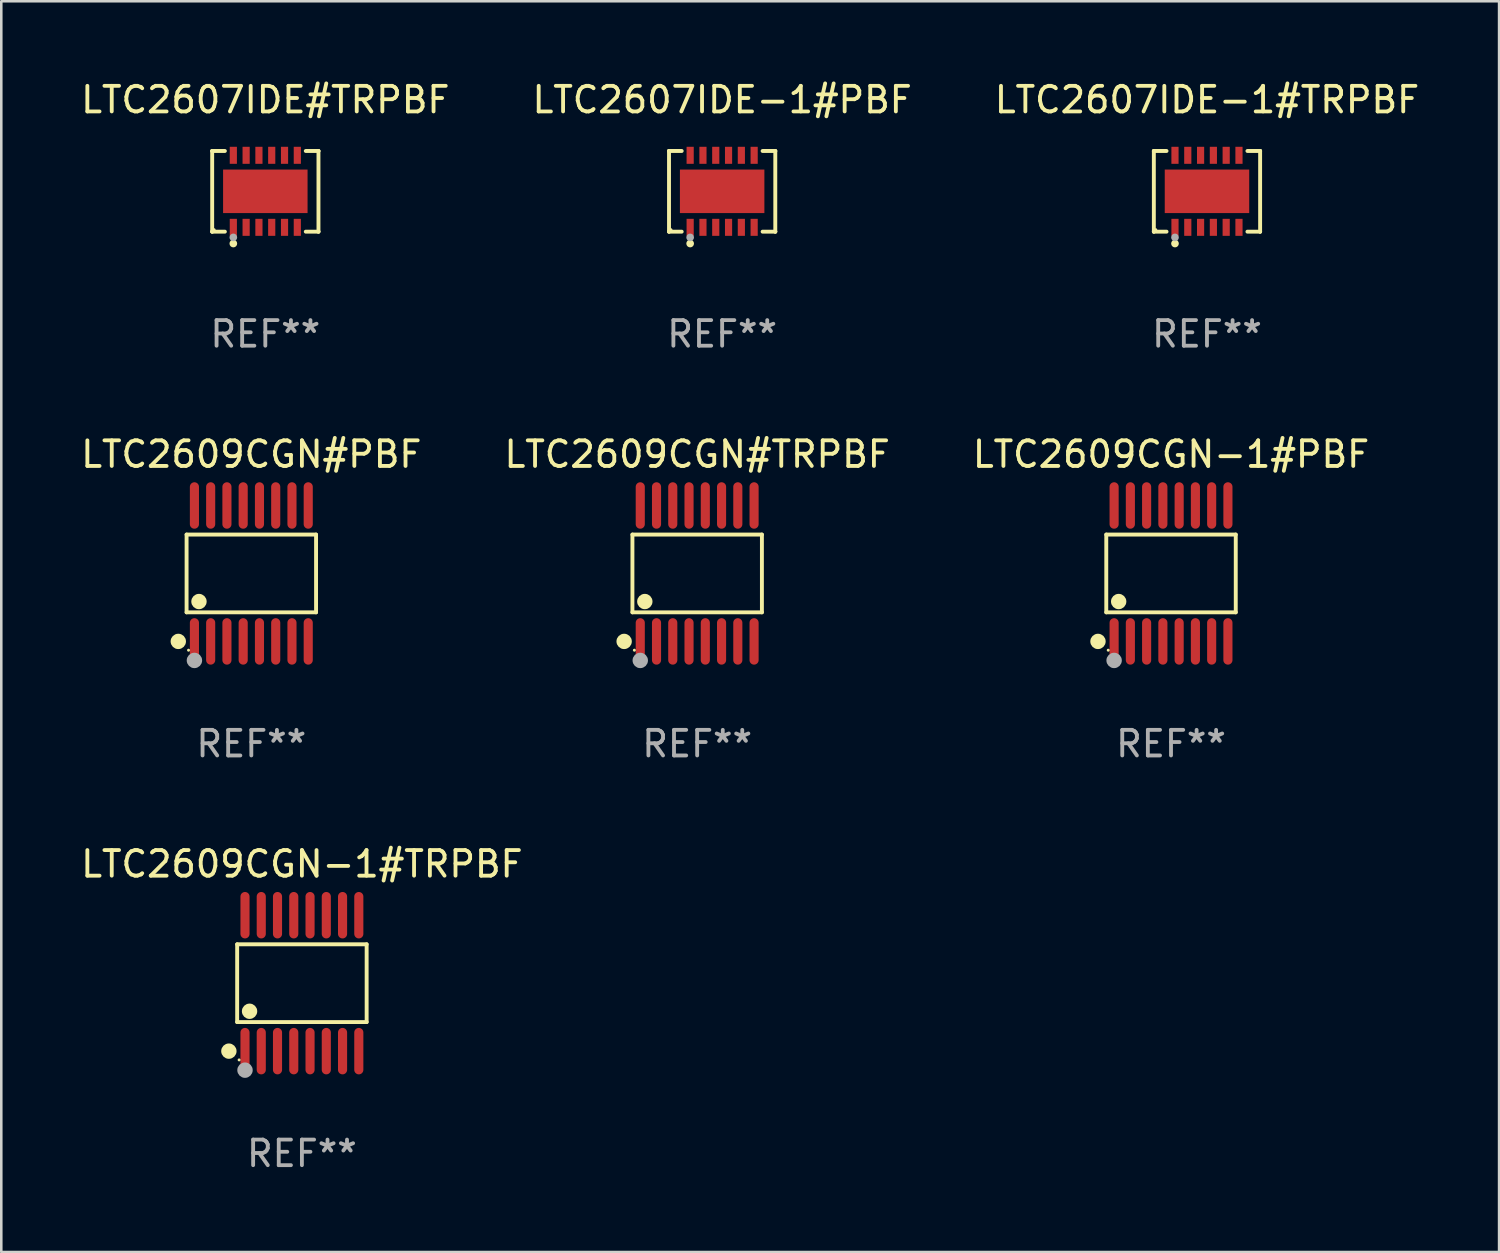
<source format=kicad_pcb>
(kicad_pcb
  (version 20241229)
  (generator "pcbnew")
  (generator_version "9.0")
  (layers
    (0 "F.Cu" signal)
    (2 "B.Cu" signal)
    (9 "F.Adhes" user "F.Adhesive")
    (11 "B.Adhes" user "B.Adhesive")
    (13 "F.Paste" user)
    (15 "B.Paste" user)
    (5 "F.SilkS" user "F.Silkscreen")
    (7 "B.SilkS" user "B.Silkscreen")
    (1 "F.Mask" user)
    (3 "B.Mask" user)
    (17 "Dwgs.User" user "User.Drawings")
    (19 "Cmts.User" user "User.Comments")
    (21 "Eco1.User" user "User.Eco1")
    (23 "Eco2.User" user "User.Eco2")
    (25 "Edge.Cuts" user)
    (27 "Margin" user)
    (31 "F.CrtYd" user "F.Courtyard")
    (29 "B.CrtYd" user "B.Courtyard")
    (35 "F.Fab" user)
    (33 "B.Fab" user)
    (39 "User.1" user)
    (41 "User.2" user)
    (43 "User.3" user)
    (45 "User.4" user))
  (footprint "LTC2609CGN-1#TRPBF"
    (layer "F.Cu")
    (at 8.744 35.358)
    (property "Reference" "LTC2609CGN-1#TRPBF" (at 0 -4.655 0) (layer "F.SilkS") (effects (font (size 1 1) (thickness 0.15))))
    (attr through_hole)
    (fp_line (start -2.529 -1.519) (end 2.529 -1.519) (stroke (width 0.152) (type solid)) (layer "F.SilkS"))
    (fp_line (start -2.529 1.519) (end -2.529 -1.519) (stroke (width 0.152) (type solid)) (layer "F.SilkS"))
    (fp_line (start 2.529 -1.519) (end 2.529 1.519) (stroke (width 0.152) (type solid)) (layer "F.SilkS"))
    (fp_line (start 2.529 1.519) (end -2.529 1.519) (stroke (width 0.152) (type solid)) (layer "F.SilkS"))
    (fp_circle (center -2.853 2.655) (end -2.703 2.655) (stroke (width 0.3) (type solid)) (fill no) (layer "F.SilkS"))
    (fp_circle (center -2.453 2.998) (end -2.423 2.998) (stroke (width 0.06) (type solid)) (fill no) (layer "F.SilkS"))
    (fp_circle (center -2.045 1.097) (end -1.895 1.097) (stroke (width 0.3) (type solid)) (fill no) (layer "F.SilkS"))
    (fp_circle (center -2.223 3.398) (end -2.072 3.398) (stroke (width 0.3) (type solid)) (fill no) (layer "F.Fab"))
    (fp_text user "REF**" (at 0 6.655 0) (layer "F.Fab") (effects (font (size 1 1) (thickness 0.15))))
    (pad "1" smd oval (at -2.223 2.655) (size 0.356 1.815) (layers "F.Cu" "F.Mask" "F.Paste"))
    (pad "2" smd oval (at -1.588 2.655) (size 0.356 1.815) (layers "F.Cu" "F.Mask" "F.Paste"))
    (pad "3" smd oval (at -0.953 2.655) (size 0.356 1.815) (layers "F.Cu" "F.Mask" "F.Paste"))
    (pad "4" smd oval (at -0.318 2.655) (size 0.356 1.815) (layers "F.Cu" "F.Mask" "F.Paste"))
    (pad "5" smd oval (at 0.318 2.655) (size 0.356 1.815) (layers "F.Cu" "F.Mask" "F.Paste"))
    (pad "6" smd oval (at 0.953 2.655) (size 0.356 1.815) (layers "F.Cu" "F.Mask" "F.Paste"))
    (pad "7" smd oval (at 1.588 2.655) (size 0.356 1.815) (layers "F.Cu" "F.Mask" "F.Paste"))
    (pad "8" smd oval (at 2.223 2.655) (size 0.356 1.815) (layers "F.Cu" "F.Mask" "F.Paste"))
    (pad "9" smd oval (at 2.223 -2.655) (size 0.356 1.815) (layers "F.Cu" "F.Mask" "F.Paste"))
    (pad "10" smd oval (at 1.588 -2.655) (size 0.356 1.815) (layers "F.Cu" "F.Mask" "F.Paste"))
    (pad "11" smd oval (at 0.953 -2.655) (size 0.356 1.815) (layers "F.Cu" "F.Mask" "F.Paste"))
    (pad "12" smd oval (at 0.318 -2.655) (size 0.356 1.815) (layers "F.Cu" "F.Mask" "F.Paste"))
    (pad "13" smd oval (at -0.318 -2.655) (size 0.356 1.815) (layers "F.Cu" "F.Mask" "F.Paste"))
    (pad "14" smd oval (at -0.953 -2.655) (size 0.356 1.815) (layers "F.Cu" "F.Mask" "F.Paste"))
    (pad "15" smd oval (at -1.588 -2.655) (size 0.356 1.815) (layers "F.Cu" "F.Mask" "F.Paste"))
    (pad "16" smd oval (at -2.223 -2.655) (size 0.356 1.815) (layers "F.Cu" "F.Mask" "F.Paste")))
  (footprint "LTC2609CGN-1#PBF"
    (layer "F.Cu")
    (at 42.696 19.352)
    (property "Reference" "LTC2609CGN-1#PBF" (at 0 -4.655 0) (layer "F.SilkS") (effects (font (size 1 1) (thickness 0.15))))
    (attr through_hole)
    (fp_line (start -2.529 -1.519) (end 2.529 -1.519) (stroke (width 0.152) (type solid)) (layer "F.SilkS"))
    (fp_line (start -2.529 1.519) (end -2.529 -1.519) (stroke (width 0.152) (type solid)) (layer "F.SilkS"))
    (fp_line (start 2.529 -1.519) (end 2.529 1.519) (stroke (width 0.152) (type solid)) (layer "F.SilkS"))
    (fp_line (start 2.529 1.519) (end -2.529 1.519) (stroke (width 0.152) (type solid)) (layer "F.SilkS"))
    (fp_circle (center -2.853 2.655) (end -2.703 2.655) (stroke (width 0.3) (type solid)) (fill no) (layer "F.SilkS"))
    (fp_circle (center -2.453 2.998) (end -2.423 2.998) (stroke (width 0.06) (type solid)) (fill no) (layer "F.SilkS"))
    (fp_circle (center -2.045 1.097) (end -1.895 1.097) (stroke (width 0.3) (type solid)) (fill no) (layer "F.SilkS"))
    (fp_circle (center -2.223 3.398) (end -2.072 3.398) (stroke (width 0.3) (type solid)) (fill no) (layer "F.Fab"))
    (fp_text user "REF**" (at 0 6.655 0) (layer "F.Fab") (effects (font (size 1 1) (thickness 0.15))))
    (pad "1" smd oval (at -2.223 2.655) (size 0.356 1.815) (layers "F.Cu" "F.Mask" "F.Paste"))
    (pad "2" smd oval (at -1.588 2.655) (size 0.356 1.815) (layers "F.Cu" "F.Mask" "F.Paste"))
    (pad "3" smd oval (at -0.953 2.655) (size 0.356 1.815) (layers "F.Cu" "F.Mask" "F.Paste"))
    (pad "4" smd oval (at -0.318 2.655) (size 0.356 1.815) (layers "F.Cu" "F.Mask" "F.Paste"))
    (pad "5" smd oval (at 0.318 2.655) (size 0.356 1.815) (layers "F.Cu" "F.Mask" "F.Paste"))
    (pad "6" smd oval (at 0.953 2.655) (size 0.356 1.815) (layers "F.Cu" "F.Mask" "F.Paste"))
    (pad "7" smd oval (at 1.588 2.655) (size 0.356 1.815) (layers "F.Cu" "F.Mask" "F.Paste"))
    (pad "8" smd oval (at 2.223 2.655) (size 0.356 1.815) (layers "F.Cu" "F.Mask" "F.Paste"))
    (pad "9" smd oval (at 2.223 -2.655) (size 0.356 1.815) (layers "F.Cu" "F.Mask" "F.Paste"))
    (pad "10" smd oval (at 1.588 -2.655) (size 0.356 1.815) (layers "F.Cu" "F.Mask" "F.Paste"))
    (pad "11" smd oval (at 0.953 -2.655) (size 0.356 1.815) (layers "F.Cu" "F.Mask" "F.Paste"))
    (pad "12" smd oval (at 0.318 -2.655) (size 0.356 1.815) (layers "F.Cu" "F.Mask" "F.Paste"))
    (pad "13" smd oval (at -0.318 -2.655) (size 0.356 1.815) (layers "F.Cu" "F.Mask" "F.Paste"))
    (pad "14" smd oval (at -0.953 -2.655) (size 0.356 1.815) (layers "F.Cu" "F.Mask" "F.Paste"))
    (pad "15" smd oval (at -1.588 -2.655) (size 0.356 1.815) (layers "F.Cu" "F.Mask" "F.Paste"))
    (pad "16" smd oval (at -2.223 -2.655) (size 0.356 1.815) (layers "F.Cu" "F.Mask" "F.Paste")))
  (footprint "LTC2607IDE-1#TRPBF"
    (layer "F.Cu")
    (at 44.101 4.424)
    (property "Reference" "LTC2607IDE-1#TRPBF" (at 0 -3.576 0) (layer "F.SilkS") (effects (font (size 1 1) (thickness 0.15))))
    (attr through_hole)
    (fp_line (start -2.076 -1.576) (end -2.076 -1.576) (stroke (width 0.152) (type solid)) (layer "F.SilkS"))
    (fp_line (start -2.076 -1.576) (end -1.58 -1.576) (stroke (width 0.152) (type solid)) (layer "F.SilkS"))
    (fp_line (start -2.076 1.576) (end -2.076 -1.576) (stroke (width 0.152) (type solid)) (layer "F.SilkS"))
    (fp_line (start -2.076 1.576) (end -2.076 1.576) (stroke (width 0.152) (type solid)) (layer "F.SilkS"))
    (fp_line (start -1.58 1.576) (end -2.076 1.576) (stroke (width 0.152) (type solid)) (layer "F.SilkS"))
    (fp_line (start 1.58 1.576) (end 2.076 1.576) (stroke (width 0.152) (type solid)) (layer "F.SilkS"))
    (fp_line (start 2.076 -1.576) (end 1.58 -1.576) (stroke (width 0.152) (type solid)) (layer "F.SilkS"))
    (fp_line (start 2.076 -1.576) (end 2.076 -1.576) (stroke (width 0.152) (type solid)) (layer "F.SilkS"))
    (fp_line (start 2.076 1.576) (end 2.076 -1.576) (stroke (width 0.152) (type solid)) (layer "F.SilkS"))
    (fp_line (start 2.076 1.576) (end 2.076 1.576) (stroke (width 0.152) (type solid)) (layer "F.SilkS"))
    (fp_circle (center -2 1.5) (end -1.97 1.5) (stroke (width 0.06) (type solid)) (fill no) (layer "F.SilkS"))
    (fp_circle (center -1.25 2.04) (end -1.175 2.04) (stroke (width 0.15) (type solid)) (fill no) (layer "F.SilkS"))
    (fp_circle (center -1.25 1.8) (end -1.175 1.8) (stroke (width 0.15) (type solid)) (fill no) (layer "F.Fab"))
    (fp_text user "REF**" (at 0 5.576 0) (layer "F.Fab") (effects (font (size 1 1) (thickness 0.15))))
    (pad "1" smd rect (at -1.25 1.407) (size 0.28 0.665) (layers "F.Cu" "F.Mask" "F.Paste"))
    (pad "2" smd rect (at -0.75 1.407) (size 0.28 0.665) (layers "F.Cu" "F.Mask" "F.Paste"))
    (pad "3" smd rect (at -0.25 1.407) (size 0.28 0.665) (layers "F.Cu" "F.Mask" "F.Paste"))
    (pad "4" smd rect (at 0.25 1.407) (size 0.28 0.665) (layers "F.Cu" "F.Mask" "F.Paste"))
    (pad "5" smd rect (at 0.75 1.407) (size 0.28 0.665) (layers "F.Cu" "F.Mask" "F.Paste"))
    (pad "6" smd rect (at 1.25 1.407) (size 0.28 0.665) (layers "F.Cu" "F.Mask" "F.Paste"))
    (pad "7" smd rect (at 1.25 -1.407) (size 0.28 0.665) (layers "F.Cu" "F.Mask" "F.Paste"))
    (pad "8" smd rect (at 0.75 -1.407) (size 0.28 0.665) (layers "F.Cu" "F.Mask" "F.Paste"))
    (pad "9" smd rect (at 0.25 -1.407) (size 0.28 0.665) (layers "F.Cu" "F.Mask" "F.Paste"))
    (pad "10" smd rect (at -0.25 -1.407) (size 0.28 0.665) (layers "F.Cu" "F.Mask" "F.Paste"))
    (pad "11" smd rect (at -0.75 -1.407) (size 0.28 0.665) (layers "F.Cu" "F.Mask" "F.Paste"))
    (pad "12" smd rect (at -1.25 -1.407) (size 0.28 0.665) (layers "F.Cu" "F.Mask" "F.Paste"))
    (pad "13" smd rect (at 0 0) (size 3.3 1.7) (layers "F.Cu" "F.Mask" "F.Paste")))
  (footprint "LTC2609CGN#TRPBF"
    (layer "F.Cu")
    (at 24.185 19.352)
    (property "Reference" "LTC2609CGN#TRPBF" (at 0 -4.655 0) (layer "F.SilkS") (effects (font (size 1 1) (thickness 0.15))))
    (attr through_hole)
    (fp_line (start -2.529 -1.519) (end 2.529 -1.519) (stroke (width 0.152) (type solid)) (layer "F.SilkS"))
    (fp_line (start -2.529 1.519) (end -2.529 -1.519) (stroke (width 0.152) (type solid)) (layer "F.SilkS"))
    (fp_line (start 2.529 -1.519) (end 2.529 1.519) (stroke (width 0.152) (type solid)) (layer "F.SilkS"))
    (fp_line (start 2.529 1.519) (end -2.529 1.519) (stroke (width 0.152) (type solid)) (layer "F.SilkS"))
    (fp_circle (center -2.853 2.655) (end -2.703 2.655) (stroke (width 0.3) (type solid)) (fill no) (layer "F.SilkS"))
    (fp_circle (center -2.453 2.998) (end -2.423 2.998) (stroke (width 0.06) (type solid)) (fill no) (layer "F.SilkS"))
    (fp_circle (center -2.045 1.097) (end -1.895 1.097) (stroke (width 0.3) (type solid)) (fill no) (layer "F.SilkS"))
    (fp_circle (center -2.223 3.398) (end -2.072 3.398) (stroke (width 0.3) (type solid)) (fill no) (layer "F.Fab"))
    (fp_text user "REF**" (at 0 6.655 0) (layer "F.Fab") (effects (font (size 1 1) (thickness 0.15))))
    (pad "1" smd oval (at -2.223 2.655) (size 0.356 1.815) (layers "F.Cu" "F.Mask" "F.Paste"))
    (pad "2" smd oval (at -1.588 2.655) (size 0.356 1.815) (layers "F.Cu" "F.Mask" "F.Paste"))
    (pad "3" smd oval (at -0.953 2.655) (size 0.356 1.815) (layers "F.Cu" "F.Mask" "F.Paste"))
    (pad "4" smd oval (at -0.318 2.655) (size 0.356 1.815) (layers "F.Cu" "F.Mask" "F.Paste"))
    (pad "5" smd oval (at 0.318 2.655) (size 0.356 1.815) (layers "F.Cu" "F.Mask" "F.Paste"))
    (pad "6" smd oval (at 0.953 2.655) (size 0.356 1.815) (layers "F.Cu" "F.Mask" "F.Paste"))
    (pad "7" smd oval (at 1.588 2.655) (size 0.356 1.815) (layers "F.Cu" "F.Mask" "F.Paste"))
    (pad "8" smd oval (at 2.223 2.655) (size 0.356 1.815) (layers "F.Cu" "F.Mask" "F.Paste"))
    (pad "9" smd oval (at 2.223 -2.655) (size 0.356 1.815) (layers "F.Cu" "F.Mask" "F.Paste"))
    (pad "10" smd oval (at 1.588 -2.655) (size 0.356 1.815) (layers "F.Cu" "F.Mask" "F.Paste"))
    (pad "11" smd oval (at 0.953 -2.655) (size 0.356 1.815) (layers "F.Cu" "F.Mask" "F.Paste"))
    (pad "12" smd oval (at 0.318 -2.655) (size 0.356 1.815) (layers "F.Cu" "F.Mask" "F.Paste"))
    (pad "13" smd oval (at -0.318 -2.655) (size 0.356 1.815) (layers "F.Cu" "F.Mask" "F.Paste"))
    (pad "14" smd oval (at -0.953 -2.655) (size 0.356 1.815) (layers "F.Cu" "F.Mask" "F.Paste"))
    (pad "15" smd oval (at -1.588 -2.655) (size 0.356 1.815) (layers "F.Cu" "F.Mask" "F.Paste"))
    (pad "16" smd oval (at -2.223 -2.655) (size 0.356 1.815) (layers "F.Cu" "F.Mask" "F.Paste")))
  (footprint "LTC2607IDE-1#PBF"
    (layer "F.Cu")
    (at 25.161 4.424)
    (property "Reference" "LTC2607IDE-1#PBF" (at 0 -3.576 0) (layer "F.SilkS") (effects (font (size 1 1) (thickness 0.15))))
    (attr through_hole)
    (fp_line (start -2.076 -1.576) (end -2.076 -1.576) (stroke (width 0.152) (type solid)) (layer "F.SilkS"))
    (fp_line (start -2.076 -1.576) (end -1.58 -1.576) (stroke (width 0.152) (type solid)) (layer "F.SilkS"))
    (fp_line (start -2.076 1.576) (end -2.076 -1.576) (stroke (width 0.152) (type solid)) (layer "F.SilkS"))
    (fp_line (start -2.076 1.576) (end -2.076 1.576) (stroke (width 0.152) (type solid)) (layer "F.SilkS"))
    (fp_line (start -1.58 1.576) (end -2.076 1.576) (stroke (width 0.152) (type solid)) (layer "F.SilkS"))
    (fp_line (start 1.58 1.576) (end 2.076 1.576) (stroke (width 0.152) (type solid)) (layer "F.SilkS"))
    (fp_line (start 2.076 -1.576) (end 1.58 -1.576) (stroke (width 0.152) (type solid)) (layer "F.SilkS"))
    (fp_line (start 2.076 -1.576) (end 2.076 -1.576) (stroke (width 0.152) (type solid)) (layer "F.SilkS"))
    (fp_line (start 2.076 1.576) (end 2.076 -1.576) (stroke (width 0.152) (type solid)) (layer "F.SilkS"))
    (fp_line (start 2.076 1.576) (end 2.076 1.576) (stroke (width 0.152) (type solid)) (layer "F.SilkS"))
    (fp_circle (center -2 1.5) (end -1.97 1.5) (stroke (width 0.06) (type solid)) (fill no) (layer "F.SilkS"))
    (fp_circle (center -1.25 2.04) (end -1.175 2.04) (stroke (width 0.15) (type solid)) (fill no) (layer "F.SilkS"))
    (fp_circle (center -1.25 1.8) (end -1.175 1.8) (stroke (width 0.15) (type solid)) (fill no) (layer "F.Fab"))
    (fp_text user "REF**" (at 0 5.576 0) (layer "F.Fab") (effects (font (size 1 1) (thickness 0.15))))
    (pad "1" smd rect (at -1.25 1.407) (size 0.28 0.665) (layers "F.Cu" "F.Mask" "F.Paste"))
    (pad "2" smd rect (at -0.75 1.407) (size 0.28 0.665) (layers "F.Cu" "F.Mask" "F.Paste"))
    (pad "3" smd rect (at -0.25 1.407) (size 0.28 0.665) (layers "F.Cu" "F.Mask" "F.Paste"))
    (pad "4" smd rect (at 0.25 1.407) (size 0.28 0.665) (layers "F.Cu" "F.Mask" "F.Paste"))
    (pad "5" smd rect (at 0.75 1.407) (size 0.28 0.665) (layers "F.Cu" "F.Mask" "F.Paste"))
    (pad "6" smd rect (at 1.25 1.407) (size 0.28 0.665) (layers "F.Cu" "F.Mask" "F.Paste"))
    (pad "7" smd rect (at 1.25 -1.407) (size 0.28 0.665) (layers "F.Cu" "F.Mask" "F.Paste"))
    (pad "8" smd rect (at 0.75 -1.407) (size 0.28 0.665) (layers "F.Cu" "F.Mask" "F.Paste"))
    (pad "9" smd rect (at 0.25 -1.407) (size 0.28 0.665) (layers "F.Cu" "F.Mask" "F.Paste"))
    (pad "10" smd rect (at -0.25 -1.407) (size 0.28 0.665) (layers "F.Cu" "F.Mask" "F.Paste"))
    (pad "11" smd rect (at -0.75 -1.407) (size 0.28 0.665) (layers "F.Cu" "F.Mask" "F.Paste"))
    (pad "12" smd rect (at -1.25 -1.407) (size 0.28 0.665) (layers "F.Cu" "F.Mask" "F.Paste"))
    (pad "13" smd rect (at 0 0) (size 3.3 1.7) (layers "F.Cu" "F.Mask" "F.Paste")))
  (footprint "LTC2607IDE#TRPBF"
    (layer "F.Cu")
    (at 7.315 4.424)
    (property "Reference" "LTC2607IDE#TRPBF" (at 0 -3.576 0) (layer "F.SilkS") (effects (font (size 1 1) (thickness 0.15))))
    (attr through_hole)
    (fp_line (start -2.076 -1.576) (end -2.076 -1.576) (stroke (width 0.152) (type solid)) (layer "F.SilkS"))
    (fp_line (start -2.076 -1.576) (end -1.58 -1.576) (stroke (width 0.152) (type solid)) (layer "F.SilkS"))
    (fp_line (start -2.076 1.576) (end -2.076 -1.576) (stroke (width 0.152) (type solid)) (layer "F.SilkS"))
    (fp_line (start -2.076 1.576) (end -2.076 1.576) (stroke (width 0.152) (type solid)) (layer "F.SilkS"))
    (fp_line (start -1.58 1.576) (end -2.076 1.576) (stroke (width 0.152) (type solid)) (layer "F.SilkS"))
    (fp_line (start 1.58 1.576) (end 2.076 1.576) (stroke (width 0.152) (type solid)) (layer "F.SilkS"))
    (fp_line (start 2.076 -1.576) (end 1.58 -1.576) (stroke (width 0.152) (type solid)) (layer "F.SilkS"))
    (fp_line (start 2.076 -1.576) (end 2.076 -1.576) (stroke (width 0.152) (type solid)) (layer "F.SilkS"))
    (fp_line (start 2.076 1.576) (end 2.076 -1.576) (stroke (width 0.152) (type solid)) (layer "F.SilkS"))
    (fp_line (start 2.076 1.576) (end 2.076 1.576) (stroke (width 0.152) (type solid)) (layer "F.SilkS"))
    (fp_circle (center -2 1.5) (end -1.97 1.5) (stroke (width 0.06) (type solid)) (fill no) (layer "F.SilkS"))
    (fp_circle (center -1.25 2.04) (end -1.175 2.04) (stroke (width 0.15) (type solid)) (fill no) (layer "F.SilkS"))
    (fp_circle (center -1.25 1.8) (end -1.175 1.8) (stroke (width 0.15) (type solid)) (fill no) (layer "F.Fab"))
    (fp_text user "REF**" (at 0 5.576 0) (layer "F.Fab") (effects (font (size 1 1) (thickness 0.15))))
    (pad "1" smd rect (at -1.25 1.407) (size 0.28 0.665) (layers "F.Cu" "F.Mask" "F.Paste"))
    (pad "2" smd rect (at -0.75 1.407) (size 0.28 0.665) (layers "F.Cu" "F.Mask" "F.Paste"))
    (pad "3" smd rect (at -0.25 1.407) (size 0.28 0.665) (layers "F.Cu" "F.Mask" "F.Paste"))
    (pad "4" smd rect (at 0.25 1.407) (size 0.28 0.665) (layers "F.Cu" "F.Mask" "F.Paste"))
    (pad "5" smd rect (at 0.75 1.407) (size 0.28 0.665) (layers "F.Cu" "F.Mask" "F.Paste"))
    (pad "6" smd rect (at 1.25 1.407) (size 0.28 0.665) (layers "F.Cu" "F.Mask" "F.Paste"))
    (pad "7" smd rect (at 1.25 -1.407) (size 0.28 0.665) (layers "F.Cu" "F.Mask" "F.Paste"))
    (pad "8" smd rect (at 0.75 -1.407) (size 0.28 0.665) (layers "F.Cu" "F.Mask" "F.Paste"))
    (pad "9" smd rect (at 0.25 -1.407) (size 0.28 0.665) (layers "F.Cu" "F.Mask" "F.Paste"))
    (pad "10" smd rect (at -0.25 -1.407) (size 0.28 0.665) (layers "F.Cu" "F.Mask" "F.Paste"))
    (pad "11" smd rect (at -0.75 -1.407) (size 0.28 0.665) (layers "F.Cu" "F.Mask" "F.Paste"))
    (pad "12" smd rect (at -1.25 -1.407) (size 0.28 0.665) (layers "F.Cu" "F.Mask" "F.Paste"))
    (pad "13" smd rect (at 0 0) (size 3.3 1.7) (layers "F.Cu" "F.Mask" "F.Paste")))
  (footprint "LTC2609CGN#PBF"
    (layer "F.Cu")
    (at 6.768 19.352)
    (property "Reference" "LTC2609CGN#PBF" (at 0 -4.655 0) (layer "F.SilkS") (effects (font (size 1 1) (thickness 0.15))))
    (attr through_hole)
    (fp_line (start -2.529 -1.519) (end 2.529 -1.519) (stroke (width 0.152) (type solid)) (layer "F.SilkS"))
    (fp_line (start -2.529 1.519) (end -2.529 -1.519) (stroke (width 0.152) (type solid)) (layer "F.SilkS"))
    (fp_line (start 2.529 -1.519) (end 2.529 1.519) (stroke (width 0.152) (type solid)) (layer "F.SilkS"))
    (fp_line (start 2.529 1.519) (end -2.529 1.519) (stroke (width 0.152) (type solid)) (layer "F.SilkS"))
    (fp_circle (center -2.853 2.655) (end -2.703 2.655) (stroke (width 0.3) (type solid)) (fill no) (layer "F.SilkS"))
    (fp_circle (center -2.453 2.998) (end -2.423 2.998) (stroke (width 0.06) (type solid)) (fill no) (layer "F.SilkS"))
    (fp_circle (center -2.045 1.097) (end -1.895 1.097) (stroke (width 0.3) (type solid)) (fill no) (layer "F.SilkS"))
    (fp_circle (center -2.223 3.398) (end -2.072 3.398) (stroke (width 0.3) (type solid)) (fill no) (layer "F.Fab"))
    (fp_text user "REF**" (at 0 6.655 0) (layer "F.Fab") (effects (font (size 1 1) (thickness 0.15))))
    (pad "1" smd oval (at -2.223 2.655) (size 0.356 1.815) (layers "F.Cu" "F.Mask" "F.Paste"))
    (pad "2" smd oval (at -1.588 2.655) (size 0.356 1.815) (layers "F.Cu" "F.Mask" "F.Paste"))
    (pad "3" smd oval (at -0.953 2.655) (size 0.356 1.815) (layers "F.Cu" "F.Mask" "F.Paste"))
    (pad "4" smd oval (at -0.318 2.655) (size 0.356 1.815) (layers "F.Cu" "F.Mask" "F.Paste"))
    (pad "5" smd oval (at 0.318 2.655) (size 0.356 1.815) (layers "F.Cu" "F.Mask" "F.Paste"))
    (pad "6" smd oval (at 0.953 2.655) (size 0.356 1.815) (layers "F.Cu" "F.Mask" "F.Paste"))
    (pad "7" smd oval (at 1.588 2.655) (size 0.356 1.815) (layers "F.Cu" "F.Mask" "F.Paste"))
    (pad "8" smd oval (at 2.223 2.655) (size 0.356 1.815) (layers "F.Cu" "F.Mask" "F.Paste"))
    (pad "9" smd oval (at 2.223 -2.655) (size 0.356 1.815) (layers "F.Cu" "F.Mask" "F.Paste"))
    (pad "10" smd oval (at 1.588 -2.655) (size 0.356 1.815) (layers "F.Cu" "F.Mask" "F.Paste"))
    (pad "11" smd oval (at 0.953 -2.655) (size 0.356 1.815) (layers "F.Cu" "F.Mask" "F.Paste"))
    (pad "12" smd oval (at 0.318 -2.655) (size 0.356 1.815) (layers "F.Cu" "F.Mask" "F.Paste"))
    (pad "13" smd oval (at -0.318 -2.655) (size 0.356 1.815) (layers "F.Cu" "F.Mask" "F.Paste"))
    (pad "14" smd oval (at -0.953 -2.655) (size 0.356 1.815) (layers "F.Cu" "F.Mask" "F.Paste"))
    (pad "15" smd oval (at -1.588 -2.655) (size 0.356 1.815) (layers "F.Cu" "F.Mask" "F.Paste"))
    (pad "16" smd oval (at -2.223 -2.655) (size 0.356 1.815) (layers "F.Cu" "F.Mask" "F.Paste")))
  (gr_rect
    (start -3 -3)
    (end 55.512 45.861)
    (stroke (width 0.1) (type default))
    (fill no)
    (layer "Edge.Cuts")))
</source>
